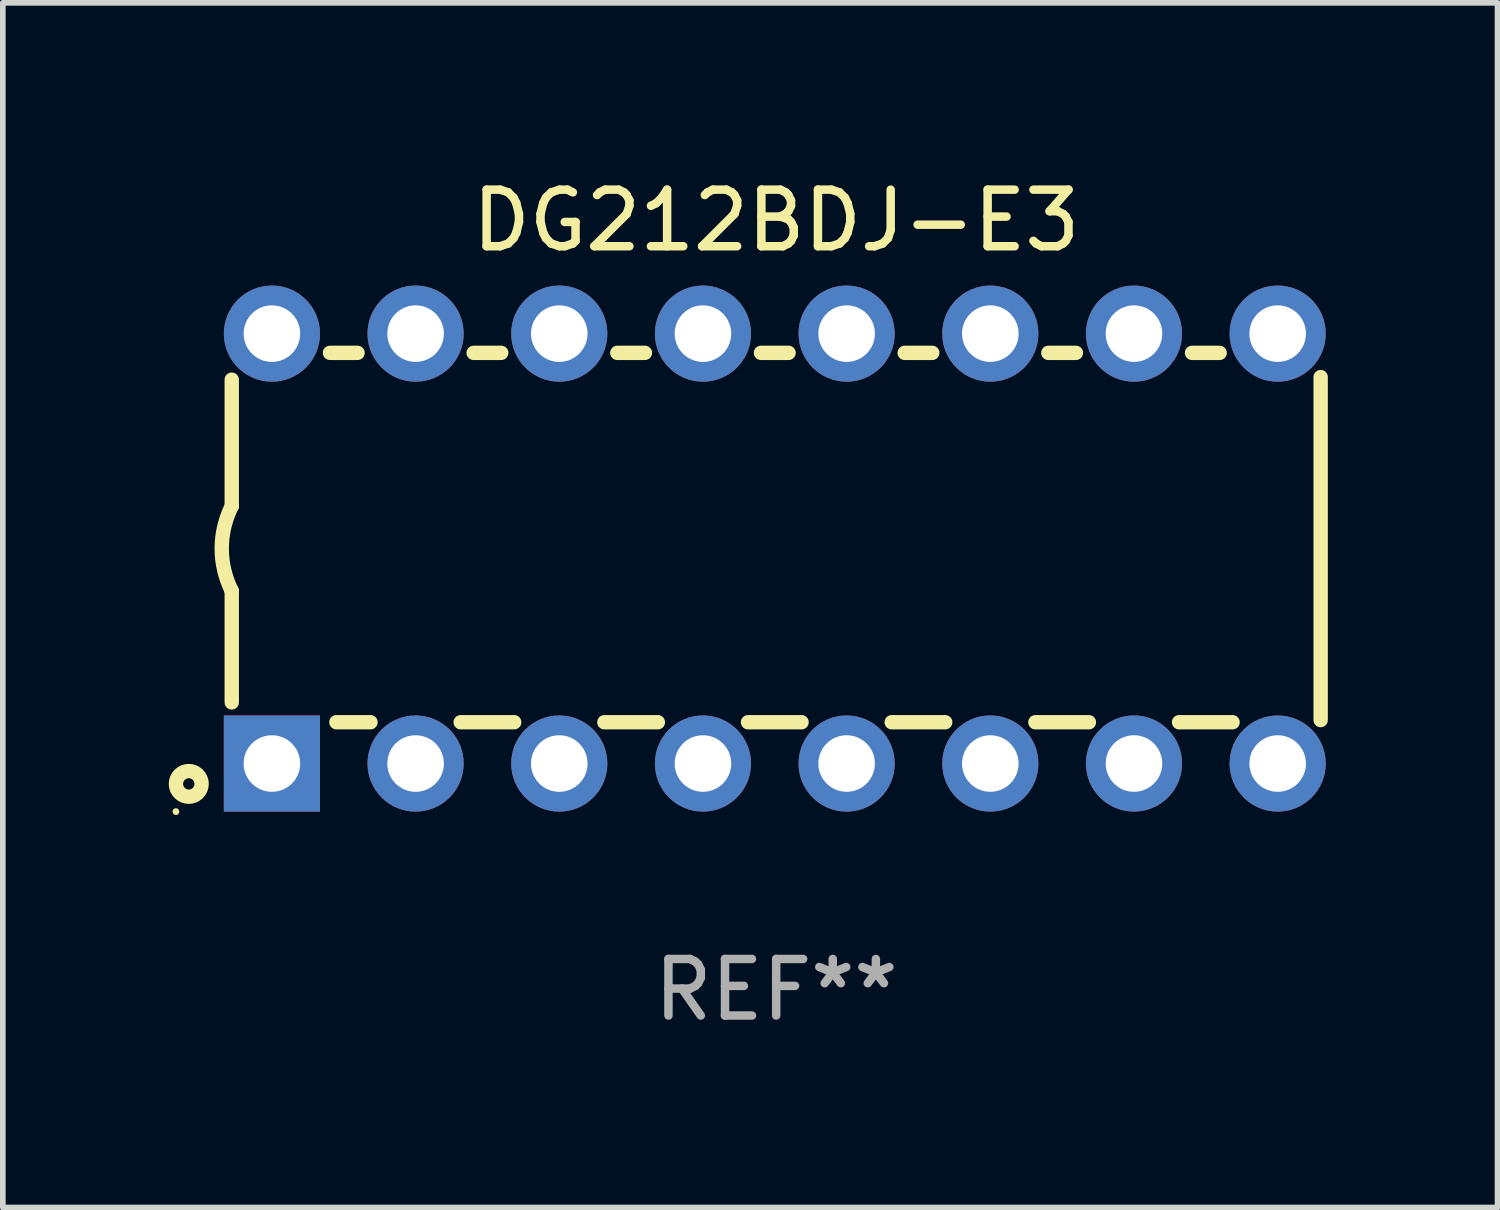
<source format=kicad_pcb>
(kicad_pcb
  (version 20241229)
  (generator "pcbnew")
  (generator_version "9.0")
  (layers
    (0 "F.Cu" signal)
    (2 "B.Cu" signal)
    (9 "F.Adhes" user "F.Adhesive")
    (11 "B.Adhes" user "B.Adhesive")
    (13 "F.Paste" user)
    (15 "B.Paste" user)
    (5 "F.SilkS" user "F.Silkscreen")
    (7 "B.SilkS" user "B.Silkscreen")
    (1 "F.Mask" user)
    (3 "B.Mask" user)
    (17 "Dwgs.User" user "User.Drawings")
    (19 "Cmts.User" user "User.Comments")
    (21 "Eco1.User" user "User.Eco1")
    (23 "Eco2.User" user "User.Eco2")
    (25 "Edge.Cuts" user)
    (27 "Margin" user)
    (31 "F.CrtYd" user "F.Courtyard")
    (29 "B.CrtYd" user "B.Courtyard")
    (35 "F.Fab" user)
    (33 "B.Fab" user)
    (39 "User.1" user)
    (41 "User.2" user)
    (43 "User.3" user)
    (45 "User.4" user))
  (footprint "DG212BDJ-E3"
    (layer "F.Cu")
    (at 10.672 6.648)
    (property "Reference" "DG212BDJ-E3" (at 0 -5.8 0) (layer "F.SilkS") (effects (font (size 1 1) (thickness 0.15))))
    (attr through_hole)
    (fp_line (start -9.625 -0.75) (end -9.625 -2.986) (stroke (width 0.254) (type solid)) (layer "F.SilkS"))
    (fp_line (start -9.625 0.749) (end -9.625 2.719) (stroke (width 0.254) (type solid)) (layer "F.SilkS"))
    (fp_line (start -7.889 -3.46) (end -7.401 -3.46) (stroke (width 0.254) (type solid)) (layer "F.SilkS"))
    (fp_line (start -7.775 3.07) (end -7.172 3.07) (stroke (width 0.254) (type solid)) (layer "F.SilkS"))
    (fp_line (start -5.578 3.07) (end -4.632 3.07) (stroke (width 0.254) (type solid)) (layer "F.SilkS"))
    (fp_line (start -5.349 -3.46) (end -4.861 -3.46) (stroke (width 0.254) (type solid)) (layer "F.SilkS"))
    (fp_line (start -3.038 3.07) (end -2.092 3.07) (stroke (width 0.254) (type solid)) (layer "F.SilkS"))
    (fp_line (start -2.809 -3.46) (end -2.321 -3.46) (stroke (width 0.254) (type solid)) (layer "F.SilkS"))
    (fp_line (start -0.498 3.07) (end 0.448 3.07) (stroke (width 0.254) (type solid)) (layer "F.SilkS"))
    (fp_line (start -0.269 -3.46) (end 0.219 -3.46) (stroke (width 0.254) (type solid)) (layer "F.SilkS"))
    (fp_line (start 2.042 3.07) (end 2.988 3.07) (stroke (width 0.254) (type solid)) (layer "F.SilkS"))
    (fp_line (start 2.271 -3.46) (end 2.759 -3.46) (stroke (width 0.254) (type solid)) (layer "F.SilkS"))
    (fp_line (start 4.582 3.07) (end 5.528 3.07) (stroke (width 0.254) (type solid)) (layer "F.SilkS"))
    (fp_line (start 4.811 -3.46) (end 5.299 -3.46) (stroke (width 0.254) (type solid)) (layer "F.SilkS"))
    (fp_line (start 7.122 3.07) (end 8.068 3.07) (stroke (width 0.254) (type solid)) (layer "F.SilkS"))
    (fp_line (start 7.351 -3.46) (end 7.839 -3.46) (stroke (width 0.254) (type solid)) (layer "F.SilkS"))
    (fp_line (start 9.625 3.032) (end 9.625 -3.032) (stroke (width 0.254) (type solid)) (layer "F.SilkS"))
    (fp_arc (start -9.624993 0.748819) (mid -9.801912 -0.000581) (end -9.625019 -0.749987) (stroke (width 0.254001) (type solid)) (layer "F.SilkS"))
    (fp_circle (center -10.612 4.65) (end -10.582 4.65) (stroke (width 0.06) (type solid)) (fill no) (layer "F.SilkS"))
    (fp_circle (center -10.385 4.16) (end -10.285 4.16) (stroke (width 0.254) (type solid)) (fill no) (layer "F.SilkS"))
    (fp_text user "REF**" (at 0 7.8 0) (layer "F.Fab") (effects (font (size 1 1) (thickness 0.15))))
    (pad "1" thru_hole rect (at -8.915 3.8 90) (size 1.7 1.7) (drill 1) (layers "*.Cu" "*.Mask"))
    (pad "2" thru_hole circle (at -6.375 3.8) (size 1.7 1.7) (drill 1) (layers "*.Cu" "*.Mask"))
    (pad "3" thru_hole circle (at -3.835 3.8) (size 1.7 1.7) (drill 1) (layers "*.Cu" "*.Mask"))
    (pad "4" thru_hole circle (at -1.295 3.8) (size 1.7 1.7) (drill 1) (layers "*.Cu" "*.Mask"))
    (pad "5" thru_hole circle (at 1.245 3.8) (size 1.7 1.7) (drill 1) (layers "*.Cu" "*.Mask"))
    (pad "6" thru_hole circle (at 3.785 3.8) (size 1.7 1.7) (drill 1) (layers "*.Cu" "*.Mask"))
    (pad "7" thru_hole circle (at 6.325 3.8) (size 1.7 1.7) (drill 1) (layers "*.Cu" "*.Mask"))
    (pad "8" thru_hole circle (at 8.865 3.8) (size 1.7 1.7) (drill 1) (layers "*.Cu" "*.Mask"))
    (pad "9" thru_hole circle (at 8.865 -3.8) (size 1.7 1.7) (drill 1) (layers "*.Cu" "*.Mask"))
    (pad "10" thru_hole circle (at 6.325 -3.8) (size 1.7 1.7) (drill 1) (layers "*.Cu" "*.Mask"))
    (pad "11" thru_hole circle (at 3.785 -3.8) (size 1.7 1.7) (drill 1) (layers "*.Cu" "*.Mask"))
    (pad "12" thru_hole circle (at 1.245 -3.8) (size 1.7 1.7) (drill 1) (layers "*.Cu" "*.Mask"))
    (pad "13" thru_hole circle (at -1.295 -3.8) (size 1.7 1.7) (drill 1) (layers "*.Cu" "*.Mask"))
    (pad "14" thru_hole circle (at -3.835 -3.8) (size 1.7 1.7) (drill 1) (layers "*.Cu" "*.Mask"))
    (pad "15" thru_hole circle (at -6.375 -3.8) (size 1.7 1.7) (drill 1) (layers "*.Cu" "*.Mask"))
    (pad "16" thru_hole circle (at -8.915 -3.8) (size 1.7 1.7) (drill 1) (layers "*.Cu" "*.Mask")))
  (gr_rect
    (start -3 -3)
    (end 23.424 18.297)
    (stroke (width 0.1) (type default))
    (fill no)
    (layer "Edge.Cuts")))
</source>
